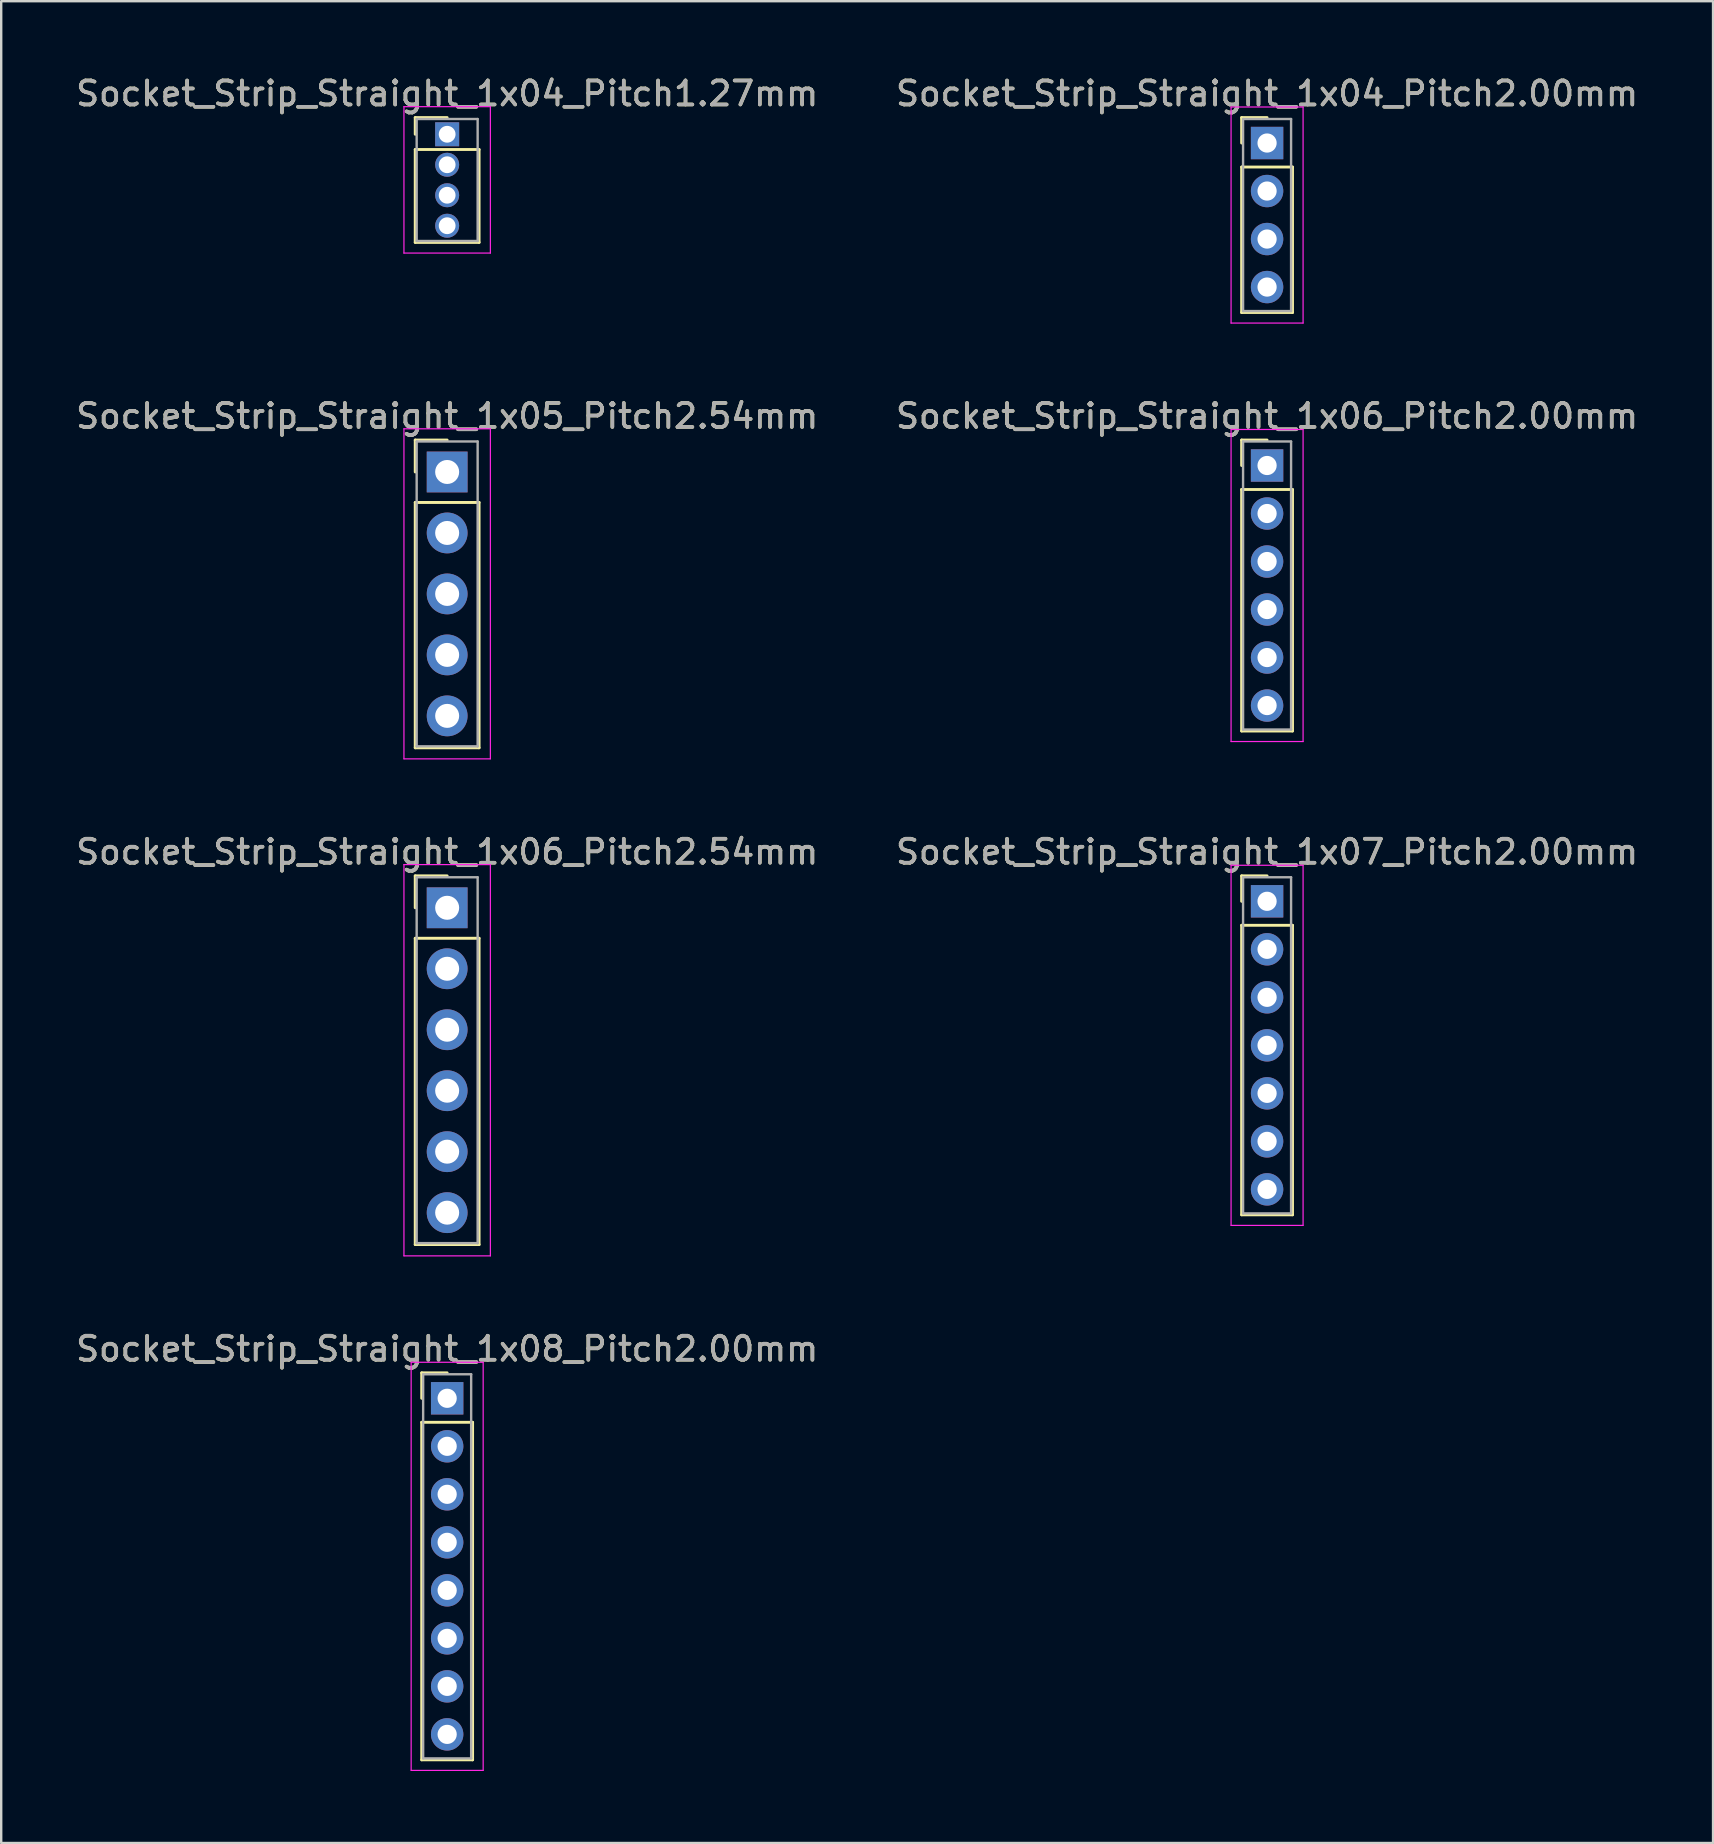
<source format=kicad_pcb>
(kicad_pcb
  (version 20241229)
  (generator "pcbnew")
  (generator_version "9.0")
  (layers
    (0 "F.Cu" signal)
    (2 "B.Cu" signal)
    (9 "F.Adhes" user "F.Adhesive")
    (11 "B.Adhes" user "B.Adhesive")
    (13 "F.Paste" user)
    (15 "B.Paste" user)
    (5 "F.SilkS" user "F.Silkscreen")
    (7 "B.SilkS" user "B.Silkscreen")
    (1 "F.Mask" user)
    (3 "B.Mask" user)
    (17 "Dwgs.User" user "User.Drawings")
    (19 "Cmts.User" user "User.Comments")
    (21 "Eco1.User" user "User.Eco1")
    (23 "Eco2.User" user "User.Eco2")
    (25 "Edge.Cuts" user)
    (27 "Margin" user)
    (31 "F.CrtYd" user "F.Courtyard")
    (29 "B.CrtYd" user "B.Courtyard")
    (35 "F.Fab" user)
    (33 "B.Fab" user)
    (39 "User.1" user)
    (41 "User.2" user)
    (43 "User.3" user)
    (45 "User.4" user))
  (footprint "Socket_Strip_Straight_1x06_Pitch2.00mm"
    (layer "F.Cu")
    (at 49.732 16.341)
    (property "Reference" "Socket_Strip_Straight_1x06_Pitch2.00mm" (at 0 -2.06 0) (layer "F.SilkS") (effects (font (size 1 1) (thickness 0.15))))
    (attr through_hole)
    (fp_line (start -1.06 -1.06) (end 0 -1.06) (stroke (width 0.12) (type solid)) (layer "F.SilkS"))
    (fp_line (start -1.06 0) (end -1.06 -1.06) (stroke (width 0.12) (type solid)) (layer "F.SilkS"))
    (fp_line (start -1.06 1) (end -1.06 11.06) (stroke (width 0.12) (type solid)) (layer "F.SilkS"))
    (fp_line (start -1.06 11.06) (end 1.06 11.06) (stroke (width 0.12) (type solid)) (layer "F.SilkS"))
    (fp_line (start 1.06 1) (end -1.06 1) (stroke (width 0.12) (type solid)) (layer "F.SilkS"))
    (fp_line (start 1.06 11.06) (end 1.06 1) (stroke (width 0.12) (type solid)) (layer "F.SilkS"))
    (fp_line (start -1.5 -1.5) (end -1.5 11.5) (stroke (width 0.05) (type solid)) (layer "F.CrtYd"))
    (fp_line (start -1.5 11.5) (end 1.5 11.5) (stroke (width 0.05) (type solid)) (layer "F.CrtYd"))
    (fp_line (start 1.5 -1.5) (end -1.5 -1.5) (stroke (width 0.05) (type solid)) (layer "F.CrtYd"))
    (fp_line (start 1.5 11.5) (end 1.5 -1.5) (stroke (width 0.05) (type solid)) (layer "F.CrtYd"))
    (fp_line (start -1 -1) (end -1 11) (stroke (width 0.1) (type solid)) (layer "F.Fab"))
    (fp_line (start -1 11) (end 1 11) (stroke (width 0.1) (type solid)) (layer "F.Fab"))
    (fp_line (start 1 -1) (end -1 -1) (stroke (width 0.1) (type solid)) (layer "F.Fab"))
    (fp_line (start 1 11) (end 1 -1) (stroke (width 0.1) (type solid)) (layer "F.Fab"))
    (fp_text user "${REFERENCE}" (at 0 -2.06 0) (layer "F.Fab") (effects (font (size 1 1) (thickness 0.15))))
    (pad "1" thru_hole rect (at 0 0) (size 1.35 1.35) (drill 0.8) (layers "*.Cu" "*.Mask"))
    (pad "2" thru_hole oval (at 0 2) (size 1.35 1.35) (drill 0.8) (layers "*.Cu" "*.Mask"))
    (pad "3" thru_hole oval (at 0 4) (size 1.35 1.35) (drill 0.8) (layers "*.Cu" "*.Mask"))
    (pad "4" thru_hole oval (at 0 6) (size 1.35 1.35) (drill 0.8) (layers "*.Cu" "*.Mask"))
    (pad "5" thru_hole oval (at 0 8) (size 1.35 1.35) (drill 0.8) (layers "*.Cu" "*.Mask"))
    (pad "6" thru_hole oval (at 0 10) (size 1.35 1.35) (drill 0.8) (layers "*.Cu" "*.Mask")))
  (footprint "Socket_Strip_Straight_1x08_Pitch2.00mm"
    (layer "F.Cu")
    (at 15.577 55.198)
    (property "Reference" "Socket_Strip_Straight_1x08_Pitch2.00mm" (at 0 -2.06 0) (layer "F.SilkS") (effects (font (size 1 1) (thickness 0.15))))
    (attr through_hole)
    (fp_line (start -1.06 -1.06) (end 0 -1.06) (stroke (width 0.12) (type solid)) (layer "F.SilkS"))
    (fp_line (start -1.06 0) (end -1.06 -1.06) (stroke (width 0.12) (type solid)) (layer "F.SilkS"))
    (fp_line (start -1.06 1) (end -1.06 15.06) (stroke (width 0.12) (type solid)) (layer "F.SilkS"))
    (fp_line (start -1.06 15.06) (end 1.06 15.06) (stroke (width 0.12) (type solid)) (layer "F.SilkS"))
    (fp_line (start 1.06 1) (end -1.06 1) (stroke (width 0.12) (type solid)) (layer "F.SilkS"))
    (fp_line (start 1.06 15.06) (end 1.06 1) (stroke (width 0.12) (type solid)) (layer "F.SilkS"))
    (fp_line (start -1.5 -1.5) (end -1.5 15.5) (stroke (width 0.05) (type solid)) (layer "F.CrtYd"))
    (fp_line (start -1.5 15.5) (end 1.5 15.5) (stroke (width 0.05) (type solid)) (layer "F.CrtYd"))
    (fp_line (start 1.5 -1.5) (end -1.5 -1.5) (stroke (width 0.05) (type solid)) (layer "F.CrtYd"))
    (fp_line (start 1.5 15.5) (end 1.5 -1.5) (stroke (width 0.05) (type solid)) (layer "F.CrtYd"))
    (fp_line (start -1 -1) (end -1 15) (stroke (width 0.1) (type solid)) (layer "F.Fab"))
    (fp_line (start -1 15) (end 1 15) (stroke (width 0.1) (type solid)) (layer "F.Fab"))
    (fp_line (start 1 -1) (end -1 -1) (stroke (width 0.1) (type solid)) (layer "F.Fab"))
    (fp_line (start 1 15) (end 1 -1) (stroke (width 0.1) (type solid)) (layer "F.Fab"))
    (fp_text user "${REFERENCE}" (at 0 -2.06 0) (layer "F.Fab") (effects (font (size 1 1) (thickness 0.15))))
    (pad "1" thru_hole rect (at 0 0) (size 1.35 1.35) (drill 0.8) (layers "*.Cu" "*.Mask"))
    (pad "2" thru_hole oval (at 0 2) (size 1.35 1.35) (drill 0.8) (layers "*.Cu" "*.Mask"))
    (pad "3" thru_hole oval (at 0 4) (size 1.35 1.35) (drill 0.8) (layers "*.Cu" "*.Mask"))
    (pad "4" thru_hole oval (at 0 6) (size 1.35 1.35) (drill 0.8) (layers "*.Cu" "*.Mask"))
    (pad "5" thru_hole oval (at 0 8) (size 1.35 1.35) (drill 0.8) (layers "*.Cu" "*.Mask"))
    (pad "6" thru_hole oval (at 0 10) (size 1.35 1.35) (drill 0.8) (layers "*.Cu" "*.Mask"))
    (pad "7" thru_hole oval (at 0 12) (size 1.35 1.35) (drill 0.8) (layers "*.Cu" "*.Mask"))
    (pad "8" thru_hole oval (at 0 14) (size 1.35 1.35) (drill 0.8) (layers "*.Cu" "*.Mask")))
  (footprint "Socket_Strip_Straight_1x05_Pitch2.54mm"
    (layer "F.Cu")
    (at 15.577 16.611)
    (property "Reference" "Socket_Strip_Straight_1x05_Pitch2.54mm" (at 0 -2.33 0) (layer "F.SilkS") (effects (font (size 1 1) (thickness 0.15))))
    (attr through_hole)
    (fp_line (start -1.33 -1.33) (end 0 -1.33) (stroke (width 0.12) (type solid)) (layer "F.SilkS"))
    (fp_line (start -1.33 0) (end -1.33 -1.33) (stroke (width 0.12) (type solid)) (layer "F.SilkS"))
    (fp_line (start -1.33 1.27) (end -1.33 11.49) (stroke (width 0.12) (type solid)) (layer "F.SilkS"))
    (fp_line (start -1.33 11.49) (end 1.33 11.49) (stroke (width 0.12) (type solid)) (layer "F.SilkS"))
    (fp_line (start 1.33 1.27) (end -1.33 1.27) (stroke (width 0.12) (type solid)) (layer "F.SilkS"))
    (fp_line (start 1.33 11.49) (end 1.33 1.27) (stroke (width 0.12) (type solid)) (layer "F.SilkS"))
    (fp_line (start -1.8 -1.8) (end -1.8 11.95) (stroke (width 0.05) (type solid)) (layer "F.CrtYd"))
    (fp_line (start -1.8 11.95) (end 1.8 11.95) (stroke (width 0.05) (type solid)) (layer "F.CrtYd"))
    (fp_line (start 1.8 -1.8) (end -1.8 -1.8) (stroke (width 0.05) (type solid)) (layer "F.CrtYd"))
    (fp_line (start 1.8 11.95) (end 1.8 -1.8) (stroke (width 0.05) (type solid)) (layer "F.CrtYd"))
    (fp_line (start -1.27 -1.27) (end -1.27 11.43) (stroke (width 0.1) (type solid)) (layer "F.Fab"))
    (fp_line (start -1.27 11.43) (end 1.27 11.43) (stroke (width 0.1) (type solid)) (layer "F.Fab"))
    (fp_line (start 1.27 -1.27) (end -1.27 -1.27) (stroke (width 0.1) (type solid)) (layer "F.Fab"))
    (fp_line (start 1.27 11.43) (end 1.27 -1.27) (stroke (width 0.1) (type solid)) (layer "F.Fab"))
    (fp_text user "${REFERENCE}" (at 0 -2.33 0) (layer "F.Fab") (effects (font (size 1 1) (thickness 0.15))))
    (pad "1" thru_hole rect (at 0 0) (size 1.7 1.7) (drill 1) (layers "*.Cu" "*.Mask"))
    (pad "2" thru_hole oval (at 0 2.54) (size 1.7 1.7) (drill 1) (layers "*.Cu" "*.Mask"))
    (pad "3" thru_hole oval (at 0 5.08) (size 1.7 1.7) (drill 1) (layers "*.Cu" "*.Mask"))
    (pad "4" thru_hole oval (at 0 7.62) (size 1.7 1.7) (drill 1) (layers "*.Cu" "*.Mask"))
    (pad "5" thru_hole oval (at 0 10.16) (size 1.7 1.7) (drill 1) (layers "*.Cu" "*.Mask")))
  (footprint "Socket_Strip_Straight_1x07_Pitch2.00mm"
    (layer "F.Cu")
    (at 49.732 34.495)
    (property "Reference" "Socket_Strip_Straight_1x07_Pitch2.00mm" (at 0 -2.06 0) (layer "F.SilkS") (effects (font (size 1 1) (thickness 0.15))))
    (attr through_hole)
    (fp_line (start -1.06 -1.06) (end 0 -1.06) (stroke (width 0.12) (type solid)) (layer "F.SilkS"))
    (fp_line (start -1.06 0) (end -1.06 -1.06) (stroke (width 0.12) (type solid)) (layer "F.SilkS"))
    (fp_line (start -1.06 1) (end -1.06 13.06) (stroke (width 0.12) (type solid)) (layer "F.SilkS"))
    (fp_line (start -1.06 13.06) (end 1.06 13.06) (stroke (width 0.12) (type solid)) (layer "F.SilkS"))
    (fp_line (start 1.06 1) (end -1.06 1) (stroke (width 0.12) (type solid)) (layer "F.SilkS"))
    (fp_line (start 1.06 13.06) (end 1.06 1) (stroke (width 0.12) (type solid)) (layer "F.SilkS"))
    (fp_line (start -1.5 -1.5) (end -1.5 13.5) (stroke (width 0.05) (type solid)) (layer "F.CrtYd"))
    (fp_line (start -1.5 13.5) (end 1.5 13.5) (stroke (width 0.05) (type solid)) (layer "F.CrtYd"))
    (fp_line (start 1.5 -1.5) (end -1.5 -1.5) (stroke (width 0.05) (type solid)) (layer "F.CrtYd"))
    (fp_line (start 1.5 13.5) (end 1.5 -1.5) (stroke (width 0.05) (type solid)) (layer "F.CrtYd"))
    (fp_line (start -1 -1) (end -1 13) (stroke (width 0.1) (type solid)) (layer "F.Fab"))
    (fp_line (start -1 13) (end 1 13) (stroke (width 0.1) (type solid)) (layer "F.Fab"))
    (fp_line (start 1 -1) (end -1 -1) (stroke (width 0.1) (type solid)) (layer "F.Fab"))
    (fp_line (start 1 13) (end 1 -1) (stroke (width 0.1) (type solid)) (layer "F.Fab"))
    (fp_text user "${REFERENCE}" (at 0 -2.06 0) (layer "F.Fab") (effects (font (size 1 1) (thickness 0.15))))
    (pad "1" thru_hole rect (at 0 0) (size 1.35 1.35) (drill 0.8) (layers "*.Cu" "*.Mask"))
    (pad "2" thru_hole oval (at 0 2) (size 1.35 1.35) (drill 0.8) (layers "*.Cu" "*.Mask"))
    (pad "3" thru_hole oval (at 0 4) (size 1.35 1.35) (drill 0.8) (layers "*.Cu" "*.Mask"))
    (pad "4" thru_hole oval (at 0 6) (size 1.35 1.35) (drill 0.8) (layers "*.Cu" "*.Mask"))
    (pad "5" thru_hole oval (at 0 8) (size 1.35 1.35) (drill 0.8) (layers "*.Cu" "*.Mask"))
    (pad "6" thru_hole oval (at 0 10) (size 1.35 1.35) (drill 0.8) (layers "*.Cu" "*.Mask"))
    (pad "7" thru_hole oval (at 0 12) (size 1.35 1.35) (drill 0.8) (layers "*.Cu" "*.Mask")))
  (footprint "Socket_Strip_Straight_1x04_Pitch2.00mm"
    (layer "F.Cu")
    (at 49.732 2.908)
    (property "Reference" "Socket_Strip_Straight_1x04_Pitch2.00mm" (at 0 -2.06 0) (layer "F.SilkS") (effects (font (size 1 1) (thickness 0.15))))
    (attr through_hole)
    (fp_line (start -1.06 -1.06) (end 0 -1.06) (stroke (width 0.12) (type solid)) (layer "F.SilkS"))
    (fp_line (start -1.06 0) (end -1.06 -1.06) (stroke (width 0.12) (type solid)) (layer "F.SilkS"))
    (fp_line (start -1.06 1) (end -1.06 7.06) (stroke (width 0.12) (type solid)) (layer "F.SilkS"))
    (fp_line (start -1.06 7.06) (end 1.06 7.06) (stroke (width 0.12) (type solid)) (layer "F.SilkS"))
    (fp_line (start 1.06 1) (end -1.06 1) (stroke (width 0.12) (type solid)) (layer "F.SilkS"))
    (fp_line (start 1.06 7.06) (end 1.06 1) (stroke (width 0.12) (type solid)) (layer "F.SilkS"))
    (fp_line (start -1.5 -1.5) (end -1.5 7.5) (stroke (width 0.05) (type solid)) (layer "F.CrtYd"))
    (fp_line (start -1.5 7.5) (end 1.5 7.5) (stroke (width 0.05) (type solid)) (layer "F.CrtYd"))
    (fp_line (start 1.5 -1.5) (end -1.5 -1.5) (stroke (width 0.05) (type solid)) (layer "F.CrtYd"))
    (fp_line (start 1.5 7.5) (end 1.5 -1.5) (stroke (width 0.05) (type solid)) (layer "F.CrtYd"))
    (fp_line (start -1 -1) (end -1 7) (stroke (width 0.1) (type solid)) (layer "F.Fab"))
    (fp_line (start -1 7) (end 1 7) (stroke (width 0.1) (type solid)) (layer "F.Fab"))
    (fp_line (start 1 -1) (end -1 -1) (stroke (width 0.1) (type solid)) (layer "F.Fab"))
    (fp_line (start 1 7) (end 1 -1) (stroke (width 0.1) (type solid)) (layer "F.Fab"))
    (fp_text user "${REFERENCE}" (at 0 -2.06 0) (layer "F.Fab") (effects (font (size 1 1) (thickness 0.15))))
    (pad "1" thru_hole rect (at 0 0) (size 1.35 1.35) (drill 0.8) (layers "*.Cu" "*.Mask"))
    (pad "2" thru_hole oval (at 0 2) (size 1.35 1.35) (drill 0.8) (layers "*.Cu" "*.Mask"))
    (pad "3" thru_hole oval (at 0 4) (size 1.35 1.35) (drill 0.8) (layers "*.Cu" "*.Mask"))
    (pad "4" thru_hole oval (at 0 6) (size 1.35 1.35) (drill 0.8) (layers "*.Cu" "*.Mask")))
  (footprint "Socket_Strip_Straight_1x06_Pitch2.54mm"
    (layer "F.Cu")
    (at 15.577 34.765)
    (property "Reference" "Socket_Strip_Straight_1x06_Pitch2.54mm" (at 0 -2.33 0) (layer "F.SilkS") (effects (font (size 1 1) (thickness 0.15))))
    (attr through_hole)
    (fp_line (start -1.33 -1.33) (end 0 -1.33) (stroke (width 0.12) (type solid)) (layer "F.SilkS"))
    (fp_line (start -1.33 0) (end -1.33 -1.33) (stroke (width 0.12) (type solid)) (layer "F.SilkS"))
    (fp_line (start -1.33 1.27) (end -1.33 14.03) (stroke (width 0.12) (type solid)) (layer "F.SilkS"))
    (fp_line (start -1.33 14.03) (end 1.33 14.03) (stroke (width 0.12) (type solid)) (layer "F.SilkS"))
    (fp_line (start 1.33 1.27) (end -1.33 1.27) (stroke (width 0.12) (type solid)) (layer "F.SilkS"))
    (fp_line (start 1.33 14.03) (end 1.33 1.27) (stroke (width 0.12) (type solid)) (layer "F.SilkS"))
    (fp_line (start -1.8 -1.8) (end -1.8 14.5) (stroke (width 0.05) (type solid)) (layer "F.CrtYd"))
    (fp_line (start -1.8 14.5) (end 1.8 14.5) (stroke (width 0.05) (type solid)) (layer "F.CrtYd"))
    (fp_line (start 1.8 -1.8) (end -1.8 -1.8) (stroke (width 0.05) (type solid)) (layer "F.CrtYd"))
    (fp_line (start 1.8 14.5) (end 1.8 -1.8) (stroke (width 0.05) (type solid)) (layer "F.CrtYd"))
    (fp_line (start -1.27 -1.27) (end -1.27 13.97) (stroke (width 0.1) (type solid)) (layer "F.Fab"))
    (fp_line (start -1.27 13.97) (end 1.27 13.97) (stroke (width 0.1) (type solid)) (layer "F.Fab"))
    (fp_line (start 1.27 -1.27) (end -1.27 -1.27) (stroke (width 0.1) (type solid)) (layer "F.Fab"))
    (fp_line (start 1.27 13.97) (end 1.27 -1.27) (stroke (width 0.1) (type solid)) (layer "F.Fab"))
    (fp_text user "${REFERENCE}" (at 0 -2.33 0) (layer "F.Fab") (effects (font (size 1 1) (thickness 0.15))))
    (pad "1" thru_hole rect (at 0 0) (size 1.7 1.7) (drill 1) (layers "*.Cu" "*.Mask"))
    (pad "2" thru_hole oval (at 0 2.54) (size 1.7 1.7) (drill 1) (layers "*.Cu" "*.Mask"))
    (pad "3" thru_hole oval (at 0 5.08) (size 1.7 1.7) (drill 1) (layers "*.Cu" "*.Mask"))
    (pad "4" thru_hole oval (at 0 7.62) (size 1.7 1.7) (drill 1) (layers "*.Cu" "*.Mask"))
    (pad "5" thru_hole oval (at 0 10.16) (size 1.7 1.7) (drill 1) (layers "*.Cu" "*.Mask"))
    (pad "6" thru_hole oval (at 0 12.7) (size 1.7 1.7) (drill 1) (layers "*.Cu" "*.Mask")))
  (footprint "Socket_Strip_Straight_1x04_Pitch1.27mm"
    (layer "F.Cu")
    (at 15.577 2.543)
    (property "Reference" "Socket_Strip_Straight_1x04_Pitch1.27mm" (at 0 -1.695 0) (layer "F.SilkS") (effects (font (size 1 1) (thickness 0.15))))
    (attr through_hole)
    (fp_line (start -1.33 -0.695) (end 0 -0.695) (stroke (width 0.12) (type solid)) (layer "F.SilkS"))
    (fp_line (start -1.33 0) (end -1.33 -0.695) (stroke (width 0.12) (type solid)) (layer "F.SilkS"))
    (fp_line (start -1.33 0.635) (end -1.33 4.505) (stroke (width 0.12) (type solid)) (layer "F.SilkS"))
    (fp_line (start -1.33 4.505) (end 1.33 4.505) (stroke (width 0.12) (type solid)) (layer "F.SilkS"))
    (fp_line (start 1.33 0.635) (end -1.33 0.635) (stroke (width 0.12) (type solid)) (layer "F.SilkS"))
    (fp_line (start 1.33 4.505) (end 1.33 0.635) (stroke (width 0.12) (type solid)) (layer "F.SilkS"))
    (fp_line (start -1.8 -1.15) (end -1.8 4.95) (stroke (width 0.05) (type solid)) (layer "F.CrtYd"))
    (fp_line (start -1.8 4.95) (end 1.8 4.95) (stroke (width 0.05) (type solid)) (layer "F.CrtYd"))
    (fp_line (start 1.8 -1.15) (end -1.8 -1.15) (stroke (width 0.05) (type solid)) (layer "F.CrtYd"))
    (fp_line (start 1.8 4.95) (end 1.8 -1.15) (stroke (width 0.05) (type solid)) (layer "F.CrtYd"))
    (fp_line (start -1.27 -0.635) (end -1.27 4.445) (stroke (width 0.1) (type solid)) (layer "F.Fab"))
    (fp_line (start -1.27 4.445) (end 1.27 4.445) (stroke (width 0.1) (type solid)) (layer "F.Fab"))
    (fp_line (start 1.27 -0.635) (end -1.27 -0.635) (stroke (width 0.1) (type solid)) (layer "F.Fab"))
    (fp_line (start 1.27 4.445) (end 1.27 -0.635) (stroke (width 0.1) (type solid)) (layer "F.Fab"))
    (fp_text user "${REFERENCE}" (at 0 -1.695 0) (layer "F.Fab") (effects (font (size 1 1) (thickness 0.15))))
    (pad "1" thru_hole rect (at 0 0) (size 1 1) (drill 0.7) (layers "*.Cu" "*.Mask"))
    (pad "2" thru_hole oval (at 0 1.27) (size 1 1) (drill 0.7) (layers "*.Cu" "*.Mask"))
    (pad "3" thru_hole oval (at 0 2.54) (size 1 1) (drill 0.7) (layers "*.Cu" "*.Mask"))
    (pad "4" thru_hole oval (at 0 3.81) (size 1 1) (drill 0.7) (layers "*.Cu" "*.Mask")))
  (gr_rect
    (start -3 -3)
    (end 68.31 73.723)
    (stroke (width 0.1) (type default))
    (fill no)
    (layer "Edge.Cuts")))
</source>
